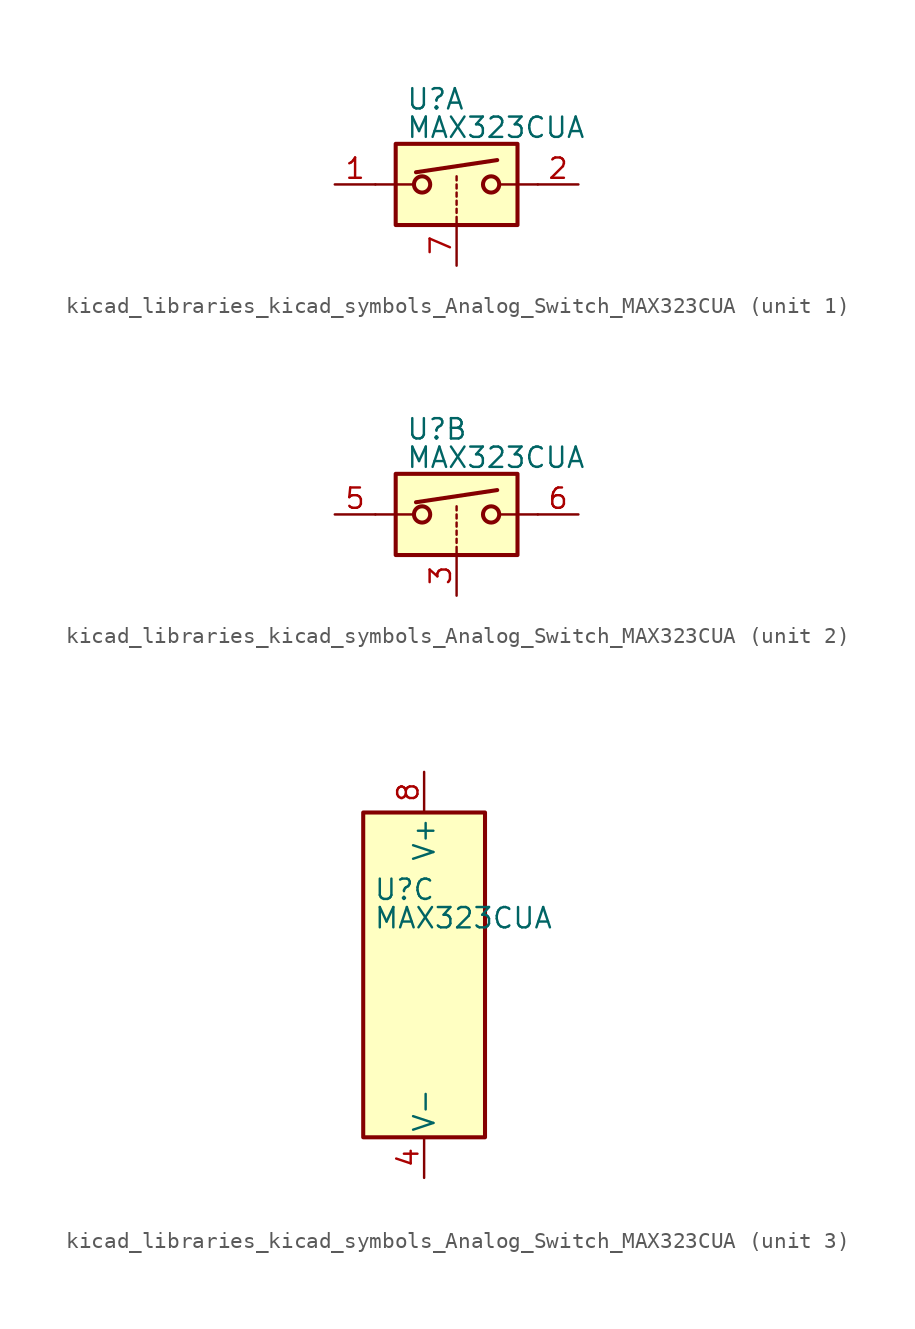
<source format=kicad_sym>
(kicad_symbol_lib
  (version 20220914)
  (generator kicad_symbol_editor)
  (symbol "kicad_libraries_kicad_symbols_Analog_Switch_MAX323CUA"
    (pin_names
      (offset 0.254))
    (property "Reference" "U"
      (at -3.175 5.334 0)
      (effects (font (size 1.27 1.27)) (justify left)))
    (property "Value" "MAX323CUA"
      (at -3.175 3.556 0)
      (effects (font (size 1.27 1.27)) (justify left)))
    (symbol "kicad_libraries_kicad_symbols_Analog_Switch_MAX323CUA_1_1"
      (rectangle (start -3.81 2.54) (end 3.81 -2.54) (stroke (width 0.254) (type default)) (fill (type background)))
      (circle (center -2.159 0) (radius 0.508) (stroke (width 0.254) (type default)) (fill (type none)))
      (polyline (pts (xy -5.08 0) (xy -2.794 0)) (stroke (width 0) (type default)) (fill (type none)))
      (polyline (pts (xy -2.54 0.762) (xy 2.54 1.524)) (stroke (width 0.254) (type default)) (fill (type none)))
      (polyline (pts (xy 0 -2.54) (xy 0 -2.032)) (stroke (width 0) (type default)) (fill (type none)))
      (polyline (pts (xy 0 -1.778) (xy 0 -1.524)) (stroke (width 0) (type default)) (fill (type none)))
      (polyline (pts (xy 0 -1.27) (xy 0 -1.016)) (stroke (width 0) (type default)) (fill (type none)))
      (polyline (pts (xy 0 -0.762) (xy 0 -0.508)) (stroke (width 0) (type default)) (fill (type none)))
      (polyline (pts (xy 0 -0.254) (xy 0 0)) (stroke (width 0) (type default)) (fill (type none)))
      (polyline (pts (xy 0 0.254) (xy 0 0.508)) (stroke (width 0) (type default)) (fill (type none)))
      (polyline (pts (xy 5.08 0) (xy 2.794 0)) (stroke (width 0) (type default)) (fill (type none)))
      (circle (center 2.159 0) (radius 0.508) (stroke (width 0.254) (type default)) (fill (type none)))
      (pin passive line (at -7.62 0 0) (length 2.54) (name "~" (effects (font (size 1.27 1.27)))) (number "1" (effects (font (size 1.27 1.27)))))
      (pin passive line (at 7.62 0 180) (length 2.54) (name "~" (effects (font (size 1.27 1.27)))) (number "2" (effects (font (size 1.27 1.27)))))
      (pin input line (at 0 -5.08 90) (length 2.54) (name "~" (effects (font (size 1.27 1.27)))) (number "7" (effects (font (size 1.27 1.27))))))
    (symbol "kicad_libraries_kicad_symbols_Analog_Switch_MAX323CUA_2_1"
      (rectangle (start -3.81 2.54) (end 3.81 -2.54) (stroke (width 0.254) (type default)) (fill (type background)))
      (circle (center -2.159 0) (radius 0.508) (stroke (width 0.254) (type default)) (fill (type none)))
      (polyline (pts (xy -5.08 0) (xy -2.794 0)) (stroke (width 0) (type default)) (fill (type none)))
      (polyline (pts (xy -2.54 0.762) (xy 2.54 1.524)) (stroke (width 0.254) (type default)) (fill (type none)))
      (polyline (pts (xy 0 -2.54) (xy 0 -2.032)) (stroke (width 0) (type default)) (fill (type none)))
      (polyline (pts (xy 0 -1.778) (xy 0 -1.524)) (stroke (width 0) (type default)) (fill (type none)))
      (polyline (pts (xy 0 -1.27) (xy 0 -1.016)) (stroke (width 0) (type default)) (fill (type none)))
      (polyline (pts (xy 0 -0.762) (xy 0 -0.508)) (stroke (width 0) (type default)) (fill (type none)))
      (polyline (pts (xy 0 -0.254) (xy 0 0)) (stroke (width 0) (type default)) (fill (type none)))
      (polyline (pts (xy 0 0.254) (xy 0 0.508)) (stroke (width 0) (type default)) (fill (type none)))
      (polyline (pts (xy 5.08 0) (xy 2.794 0)) (stroke (width 0) (type default)) (fill (type none)))
      (circle (center 2.159 0) (radius 0.508) (stroke (width 0.254) (type default)) (fill (type none)))
      (pin input line (at 0 -5.08 90) (length 2.54) (name "~" (effects (font (size 1.27 1.27)))) (number "3" (effects (font (size 1.27 1.27)))))
      (pin passive line (at -7.62 0 0) (length 2.54) (name "~" (effects (font (size 1.27 1.27)))) (number "5" (effects (font (size 1.27 1.27)))))
      (pin passive line (at 7.62 0 180) (length 2.54) (name "~" (effects (font (size 1.27 1.27)))) (number "6" (effects (font (size 1.27 1.27))))))
    (symbol "kicad_libraries_kicad_symbols_Analog_Switch_MAX323CUA_3_0"
      (pin power_in line (at 0 -12.7 90) (length 2.54) (name "V-" (effects (font (size 1.27 1.27)))) (number "4" (effects (font (size 1.27 1.27)))))
      (pin power_in line (at 0 12.7 270) (length 2.54) (name "V+" (effects (font (size 1.27 1.27)))) (number "8" (effects (font (size 1.27 1.27))))))
    (symbol "kicad_libraries_kicad_symbols_Analog_Switch_MAX323CUA_3_1"
      (rectangle (start -3.81 10.16) (end 3.81 -10.16) (stroke (width 0.254) (type default)) (fill (type background))))))
</source>
